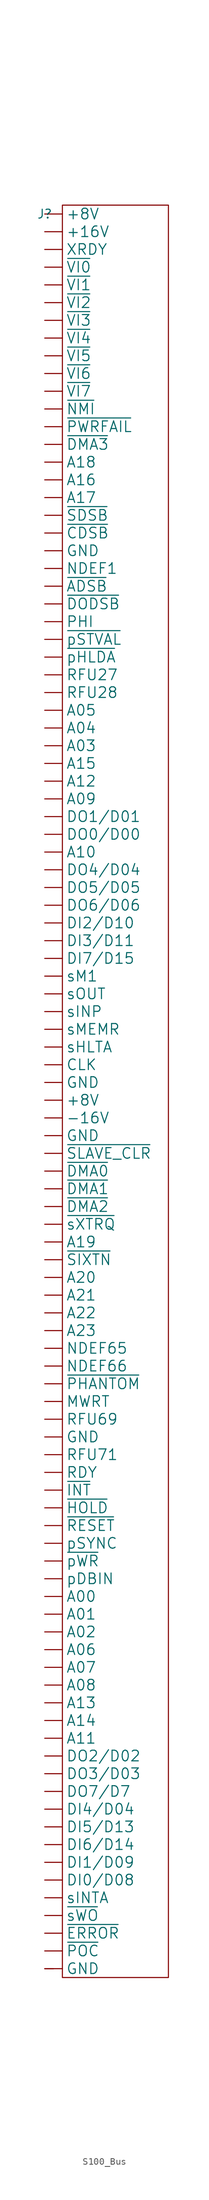
<source format=kicad_sym>
(kicad_symbol_lib
  (version 20231120)
  (generator "kicad_symbol_editor")
  (generator_version "8.0")
  (symbol "S100_Bus"
    (pin_numbers hide)
    (property "Reference" "J"
      (at 0 0 0)
      (effects (font (size 1.27 1.27))))
    (property "Value" ""
      (at 0 0 0)
      (effects (font (size 1.27 1.27))))
    (symbol "S100_Bus_0_1"
      (rectangle (start 2.54 1.27) (end 17.78 -252.73) (stroke (width 0) (type solid)) (fill (type none))))
    (symbol "S100_Bus_1_0"
      (pin bidirectional line (at 0 -251.46 0) (length 1.27) (name "" (effects (font (size 1.27 1.27)))) (number "" (effects (font (size 1.27 1.27))))))
    (symbol "S100_Bus_1_1"
      (pin power_in line (at 0 0 0) (length 2.54) (name "+8V" (effects (font (size 1.524 1.524)))) (number "1" (effects (font (size 1.524 1.524)))))
      (pin bidirectional line (at 0 -22.86 0) (length 2.54) (name "~{VI6}" (effects (font (size 1.524 1.524)))) (number "10" (effects (font (size 1.524 1.524)))))
      (pin power_in line (at 0 -251.46 0) (length 2.54) (name "GND" (effects (font (size 1.524 1.524)))) (number "100" (effects (font (size 1.524 1.524)))))
      (pin bidirectional line (at 0 -25.4 0) (length 2.54) (name "~{VI7}" (effects (font (size 1.524 1.524)))) (number "11" (effects (font (size 1.524 1.524)))))
      (pin bidirectional line (at 0 -27.94 0) (length 2.54) (name "~{NMI}" (effects (font (size 1.524 1.524)))) (number "12" (effects (font (size 1.524 1.524)))))
      (pin bidirectional line (at 0 -30.48 0) (length 2.54) (name "~{PWRFAIL}" (effects (font (size 1.524 1.524)))) (number "13" (effects (font (size 1.524 1.524)))))
      (pin bidirectional line (at 0 -33.02 0) (length 2.54) (name "~{DMA3}" (effects (font (size 1.524 1.524)))) (number "14" (effects (font (size 1.524 1.524)))))
      (pin bidirectional line (at 0 -35.56 0) (length 2.54) (name "A18" (effects (font (size 1.524 1.524)))) (number "15" (effects (font (size 1.524 1.524)))))
      (pin bidirectional line (at 0 -38.1 0) (length 2.54) (name "A16" (effects (font (size 1.524 1.524)))) (number "16" (effects (font (size 1.524 1.524)))))
      (pin bidirectional line (at 0 -40.64 0) (length 2.54) (name "A17" (effects (font (size 1.524 1.524)))) (number "17" (effects (font (size 1.524 1.524)))))
      (pin bidirectional line (at 0 -43.18 0) (length 2.54) (name "~{SDSB}" (effects (font (size 1.524 1.524)))) (number "18" (effects (font (size 1.524 1.524)))))
      (pin bidirectional line (at 0 -45.72 0) (length 2.54) (name "~{CDSB}" (effects (font (size 1.524 1.524)))) (number "19" (effects (font (size 1.524 1.524)))))
      (pin power_in line (at 0 -2.54 0) (length 2.54) (name "+16V" (effects (font (size 1.524 1.524)))) (number "2" (effects (font (size 1.524 1.524)))))
      (pin bidirectional line (at 0 -48.26 0) (length 2.54) (name "GND" (effects (font (size 1.524 1.524)))) (number "20" (effects (font (size 1.524 1.524)))))
      (pin bidirectional line (at 0 -50.8 0) (length 2.54) (name "NDEF1" (effects (font (size 1.524 1.524)))) (number "21" (effects (font (size 1.524 1.524)))))
      (pin bidirectional line (at 0 -53.34 0) (length 2.54) (name "~{ADSB}" (effects (font (size 1.524 1.524)))) (number "22" (effects (font (size 1.524 1.524)))))
      (pin bidirectional line (at 0 -55.88 0) (length 2.54) (name "~{DODSB}" (effects (font (size 1.524 1.524)))) (number "23" (effects (font (size 1.524 1.524)))))
      (pin bidirectional line (at 0 -58.42 0) (length 2.54) (name "PHI" (effects (font (size 1.524 1.524)))) (number "24" (effects (font (size 1.524 1.524)))))
      (pin bidirectional line (at 0 -60.96 0) (length 2.54) (name "~{pSTVAL}" (effects (font (size 1.524 1.524)))) (number "25" (effects (font (size 1.524 1.524)))))
      (pin bidirectional line (at 0 -63.5 0) (length 2.54) (name "~{pHLDA}" (effects (font (size 1.524 1.524)))) (number "26" (effects (font (size 1.524 1.524)))))
      (pin bidirectional line (at 0 -66.04 0) (length 2.54) (name "RFU27" (effects (font (size 1.524 1.524)))) (number "27" (effects (font (size 1.524 1.524)))))
      (pin bidirectional line (at 0 -68.58 0) (length 2.54) (name "RFU28" (effects (font (size 1.524 1.524)))) (number "28" (effects (font (size 1.524 1.524)))))
      (pin bidirectional line (at 0 -71.12 0) (length 2.54) (name "A05" (effects (font (size 1.524 1.524)))) (number "29" (effects (font (size 1.524 1.524)))))
      (pin bidirectional line (at 0 -5.08 0) (length 2.54) (name "XRDY" (effects (font (size 1.524 1.524)))) (number "3" (effects (font (size 1.524 1.524)))))
      (pin bidirectional line (at 0 -73.66 0) (length 2.54) (name "A04" (effects (font (size 1.524 1.524)))) (number "30" (effects (font (size 1.524 1.524)))))
      (pin bidirectional line (at 0 -76.2 0) (length 2.54) (name "A03" (effects (font (size 1.524 1.524)))) (number "31" (effects (font (size 1.524 1.524)))))
      (pin bidirectional line (at 0 -78.74 0) (length 2.54) (name "A15" (effects (font (size 1.524 1.524)))) (number "32" (effects (font (size 1.524 1.524)))))
      (pin bidirectional line (at 0 -81.28 0) (length 2.54) (name "A12" (effects (font (size 1.524 1.524)))) (number "33" (effects (font (size 1.524 1.524)))))
      (pin bidirectional line (at 0 -83.82 0) (length 2.54) (name "A09" (effects (font (size 1.524 1.524)))) (number "34" (effects (font (size 1.524 1.524)))))
      (pin bidirectional line (at 0 -86.36 0) (length 2.54) (name "DO1/D01" (effects (font (size 1.524 1.524)))) (number "35" (effects (font (size 1.524 1.524)))))
      (pin bidirectional line (at 0 -88.9 0) (length 2.54) (name "DO0/D00" (effects (font (size 1.524 1.524)))) (number "36" (effects (font (size 1.524 1.524)))))
      (pin bidirectional line (at 0 -91.44 0) (length 2.54) (name "A10" (effects (font (size 1.524 1.524)))) (number "37" (effects (font (size 1.524 1.524)))))
      (pin bidirectional line (at 0 -93.98 0) (length 2.54) (name "DO4/D04" (effects (font (size 1.524 1.524)))) (number "38" (effects (font (size 1.524 1.524)))))
      (pin bidirectional line (at 0 -96.52 0) (length 2.54) (name "DO5/D05" (effects (font (size 1.524 1.524)))) (number "39" (effects (font (size 1.524 1.524)))))
      (pin bidirectional line (at 0 -7.62 0) (length 2.54) (name "~{VI0}" (effects (font (size 1.524 1.524)))) (number "4" (effects (font (size 1.524 1.524)))))
      (pin bidirectional line (at 0 -99.06 0) (length 2.54) (name "DO6/D06" (effects (font (size 1.524 1.524)))) (number "40" (effects (font (size 1.524 1.524)))))
      (pin bidirectional line (at 0 -101.6 0) (length 2.54) (name "DI2/D10" (effects (font (size 1.524 1.524)))) (number "41" (effects (font (size 1.524 1.524)))))
      (pin bidirectional line (at 0 -104.14 0) (length 2.54) (name "DI3/D11" (effects (font (size 1.524 1.524)))) (number "42" (effects (font (size 1.524 1.524)))))
      (pin bidirectional line (at 0 -106.68 0) (length 2.54) (name "DI7/D15" (effects (font (size 1.524 1.524)))) (number "43" (effects (font (size 1.524 1.524)))))
      (pin bidirectional line (at 0 -109.22 0) (length 2.54) (name "sM1" (effects (font (size 1.524 1.524)))) (number "44" (effects (font (size 1.524 1.524)))))
      (pin bidirectional line (at 0 -111.76 0) (length 2.54) (name "sOUT" (effects (font (size 1.524 1.524)))) (number "45" (effects (font (size 1.524 1.524)))))
      (pin bidirectional line (at 0 -114.3 0) (length 2.54) (name "sINP" (effects (font (size 1.524 1.524)))) (number "46" (effects (font (size 1.524 1.524)))))
      (pin bidirectional line (at 0 -116.84 0) (length 2.54) (name "sMEMR" (effects (font (size 1.524 1.524)))) (number "47" (effects (font (size 1.524 1.524)))))
      (pin bidirectional line (at 0 -119.38 0) (length 2.54) (name "sHLTA" (effects (font (size 1.524 1.524)))) (number "48" (effects (font (size 1.524 1.524)))))
      (pin bidirectional line (at 0 -121.92 0) (length 2.54) (name "CLK" (effects (font (size 1.524 1.524)))) (number "49" (effects (font (size 1.524 1.524)))))
      (pin bidirectional line (at 0 -10.16 0) (length 2.54) (name "~{VI1}" (effects (font (size 1.524 1.524)))) (number "5" (effects (font (size 1.524 1.524)))))
      (pin power_in line (at 0 -124.46 0) (length 2.54) (name "GND" (effects (font (size 1.524 1.524)))) (number "50" (effects (font (size 1.524 1.524)))))
      (pin power_in line (at 0 -127 0) (length 2.54) (name "+8V" (effects (font (size 1.524 1.524)))) (number "51" (effects (font (size 1.524 1.524)))))
      (pin power_in line (at 0 -129.54 0) (length 2.54) (name "-16V" (effects (font (size 1.524 1.524)))) (number "52" (effects (font (size 1.524 1.524)))))
      (pin bidirectional line (at 0 -132.08 0) (length 2.54) (name "GND" (effects (font (size 1.524 1.524)))) (number "53" (effects (font (size 1.524 1.524)))))
      (pin bidirectional line (at 0 -134.62 0) (length 2.54) (name "~{SLAVE_CLR}" (effects (font (size 1.524 1.524)))) (number "54" (effects (font (size 1.524 1.524)))))
      (pin bidirectional line (at 0 -137.16 0) (length 2.54) (name "~{DMA0}" (effects (font (size 1.524 1.524)))) (number "55" (effects (font (size 1.524 1.524)))))
      (pin bidirectional line (at 0 -139.7 0) (length 2.54) (name "~{DMA1}" (effects (font (size 1.524 1.524)))) (number "56" (effects (font (size 1.524 1.524)))))
      (pin bidirectional line (at 0 -142.24 0) (length 2.54) (name "~{DMA2}" (effects (font (size 1.524 1.524)))) (number "57" (effects (font (size 1.524 1.524)))))
      (pin bidirectional line (at 0 -144.78 0) (length 2.54) (name "~{sXTRQ}" (effects (font (size 1.524 1.524)))) (number "58" (effects (font (size 1.524 1.524)))))
      (pin bidirectional line (at 0 -147.32 0) (length 2.54) (name "A19" (effects (font (size 1.524 1.524)))) (number "59" (effects (font (size 1.524 1.524)))))
      (pin bidirectional line (at 0 -12.7 0) (length 2.54) (name "~{VI2}" (effects (font (size 1.524 1.524)))) (number "6" (effects (font (size 1.524 1.524)))))
      (pin bidirectional line (at 0 -149.86 0) (length 2.54) (name "~{SIXTN}" (effects (font (size 1.524 1.524)))) (number "60" (effects (font (size 1.524 1.524)))))
      (pin bidirectional line (at 0 -152.4 0) (length 2.54) (name "A20" (effects (font (size 1.524 1.524)))) (number "61" (effects (font (size 1.524 1.524)))))
      (pin bidirectional line (at 0 -154.94 0) (length 2.54) (name "A21" (effects (font (size 1.524 1.524)))) (number "62" (effects (font (size 1.524 1.524)))))
      (pin bidirectional line (at 0 -157.48 0) (length 2.54) (name "A22" (effects (font (size 1.524 1.524)))) (number "63" (effects (font (size 1.524 1.524)))))
      (pin bidirectional line (at 0 -160.02 0) (length 2.54) (name "A23" (effects (font (size 1.524 1.524)))) (number "64" (effects (font (size 1.524 1.524)))))
      (pin bidirectional line (at 0 -162.56 0) (length 2.54) (name "NDEF65" (effects (font (size 1.524 1.524)))) (number "65" (effects (font (size 1.524 1.524)))))
      (pin bidirectional line (at 0 -165.1 0) (length 2.54) (name "NDEF66" (effects (font (size 1.524 1.524)))) (number "66" (effects (font (size 1.524 1.524)))))
      (pin bidirectional line (at 0 -167.64 0) (length 2.54) (name "~{PHANTOM}" (effects (font (size 1.524 1.524)))) (number "67" (effects (font (size 1.524 1.524)))))
      (pin bidirectional line (at 0 -170.18 0) (length 2.54) (name "MWRT" (effects (font (size 1.524 1.524)))) (number "68" (effects (font (size 1.524 1.524)))))
      (pin bidirectional line (at 0 -172.72 0) (length 2.54) (name "RFU69" (effects (font (size 1.524 1.524)))) (number "69" (effects (font (size 1.524 1.524)))))
      (pin bidirectional line (at 0 -15.24 0) (length 2.54) (name "~{VI3}" (effects (font (size 1.524 1.524)))) (number "7" (effects (font (size 1.524 1.524)))))
      (pin bidirectional line (at 0 -175.26 0) (length 2.54) (name "GND" (effects (font (size 1.524 1.524)))) (number "70" (effects (font (size 1.524 1.524)))))
      (pin bidirectional line (at 0 -177.8 0) (length 2.54) (name "RFU71" (effects (font (size 1.524 1.524)))) (number "71" (effects (font (size 1.524 1.524)))))
      (pin bidirectional line (at 0 -180.34 0) (length 2.54) (name "RDY" (effects (font (size 1.524 1.524)))) (number "72" (effects (font (size 1.524 1.524)))))
      (pin bidirectional line (at 0 -182.88 0) (length 2.54) (name "~{INT}" (effects (font (size 1.524 1.524)))) (number "73" (effects (font (size 1.524 1.524)))))
      (pin bidirectional line (at 0 -185.42 0) (length 2.54) (name "~{HOLD}" (effects (font (size 1.524 1.524)))) (number "74" (effects (font (size 1.524 1.524)))))
      (pin bidirectional line (at 0 -187.96 0) (length 2.54) (name "~{RESET}" (effects (font (size 1.524 1.524)))) (number "75" (effects (font (size 1.524 1.524)))))
      (pin bidirectional line (at 0 -190.5 0) (length 2.54) (name "pSYNC" (effects (font (size 1.524 1.524)))) (number "76" (effects (font (size 1.524 1.524)))))
      (pin bidirectional line (at 0 -193.04 0) (length 2.54) (name "~{pWR}" (effects (font (size 1.524 1.524)))) (number "77" (effects (font (size 1.524 1.524)))))
      (pin bidirectional line (at 0 -195.58 0) (length 2.54) (name "pDBIN" (effects (font (size 1.524 1.524)))) (number "78" (effects (font (size 1.524 1.524)))))
      (pin bidirectional line (at 0 -198.12 0) (length 2.54) (name "A00" (effects (font (size 1.524 1.524)))) (number "79" (effects (font (size 1.524 1.524)))))
      (pin bidirectional line (at 0 -17.78 0) (length 2.54) (name "~{VI4}" (effects (font (size 1.524 1.524)))) (number "8" (effects (font (size 1.524 1.524)))))
      (pin bidirectional line (at 0 -200.66 0) (length 2.54) (name "A01" (effects (font (size 1.524 1.524)))) (number "80" (effects (font (size 1.524 1.524)))))
      (pin bidirectional line (at 0 -203.2 0) (length 2.54) (name "A02" (effects (font (size 1.524 1.524)))) (number "81" (effects (font (size 1.524 1.524)))))
      (pin bidirectional line (at 0 -205.74 0) (length 2.54) (name "A06" (effects (font (size 1.524 1.524)))) (number "82" (effects (font (size 1.524 1.524)))))
      (pin bidirectional line (at 0 -208.28 0) (length 2.54) (name "A07" (effects (font (size 1.524 1.524)))) (number "83" (effects (font (size 1.524 1.524)))))
      (pin bidirectional line (at 0 -210.82 0) (length 2.54) (name "A08" (effects (font (size 1.524 1.524)))) (number "84" (effects (font (size 1.524 1.524)))))
      (pin bidirectional line (at 0 -213.36 0) (length 2.54) (name "A13" (effects (font (size 1.524 1.524)))) (number "85" (effects (font (size 1.524 1.524)))))
      (pin bidirectional line (at 0 -215.9 0) (length 2.54) (name "A14" (effects (font (size 1.524 1.524)))) (number "86" (effects (font (size 1.524 1.524)))))
      (pin bidirectional line (at 0 -218.44 0) (length 2.54) (name "A11" (effects (font (size 1.524 1.524)))) (number "87" (effects (font (size 1.524 1.524)))))
      (pin bidirectional line (at 0 -220.98 0) (length 2.54) (name "DO2/D02" (effects (font (size 1.524 1.524)))) (number "88" (effects (font (size 1.524 1.524)))))
      (pin bidirectional line (at 0 -223.52 0) (length 2.54) (name "DO3/D03" (effects (font (size 1.524 1.524)))) (number "89" (effects (font (size 1.524 1.524)))))
      (pin bidirectional line (at 0 -20.32 0) (length 2.54) (name "~{VI5}" (effects (font (size 1.524 1.524)))) (number "9" (effects (font (size 1.524 1.524)))))
      (pin bidirectional line (at 0 -226.06 0) (length 2.54) (name "DO7/D7" (effects (font (size 1.524 1.524)))) (number "90" (effects (font (size 1.524 1.524)))))
      (pin bidirectional line (at 0 -228.6 0) (length 2.54) (name "DI4/D04" (effects (font (size 1.524 1.524)))) (number "91" (effects (font (size 1.524 1.524)))))
      (pin bidirectional line (at 0 -231.14 0) (length 2.54) (name "DI5/D13" (effects (font (size 1.524 1.524)))) (number "92" (effects (font (size 1.524 1.524)))))
      (pin bidirectional line (at 0 -233.68 0) (length 2.54) (name "DI6/D14" (effects (font (size 1.524 1.524)))) (number "93" (effects (font (size 1.524 1.524)))))
      (pin bidirectional line (at 0 -236.22 0) (length 2.54) (name "DI1/D09" (effects (font (size 1.524 1.524)))) (number "94" (effects (font (size 1.524 1.524)))))
      (pin bidirectional line (at 0 -238.76 0) (length 2.54) (name "DI0/D08" (effects (font (size 1.524 1.524)))) (number "95" (effects (font (size 1.524 1.524)))))
      (pin bidirectional line (at 0 -241.3 0) (length 2.54) (name "sINTA" (effects (font (size 1.524 1.524)))) (number "96" (effects (font (size 1.524 1.524)))))
      (pin bidirectional line (at 0 -243.84 0) (length 2.54) (name "~{sWO}" (effects (font (size 1.524 1.524)))) (number "97" (effects (font (size 1.524 1.524)))))
      (pin bidirectional line (at 0 -246.38 0) (length 2.54) (name "~{ERROR}" (effects (font (size 1.524 1.524)))) (number "98" (effects (font (size 1.524 1.524)))))
      (pin bidirectional line (at 0 -248.92 0) (length 2.54) (name "~{POC}" (effects (font (size 1.524 1.524)))) (number "99" (effects (font (size 1.524 1.524))))))))
</source>
